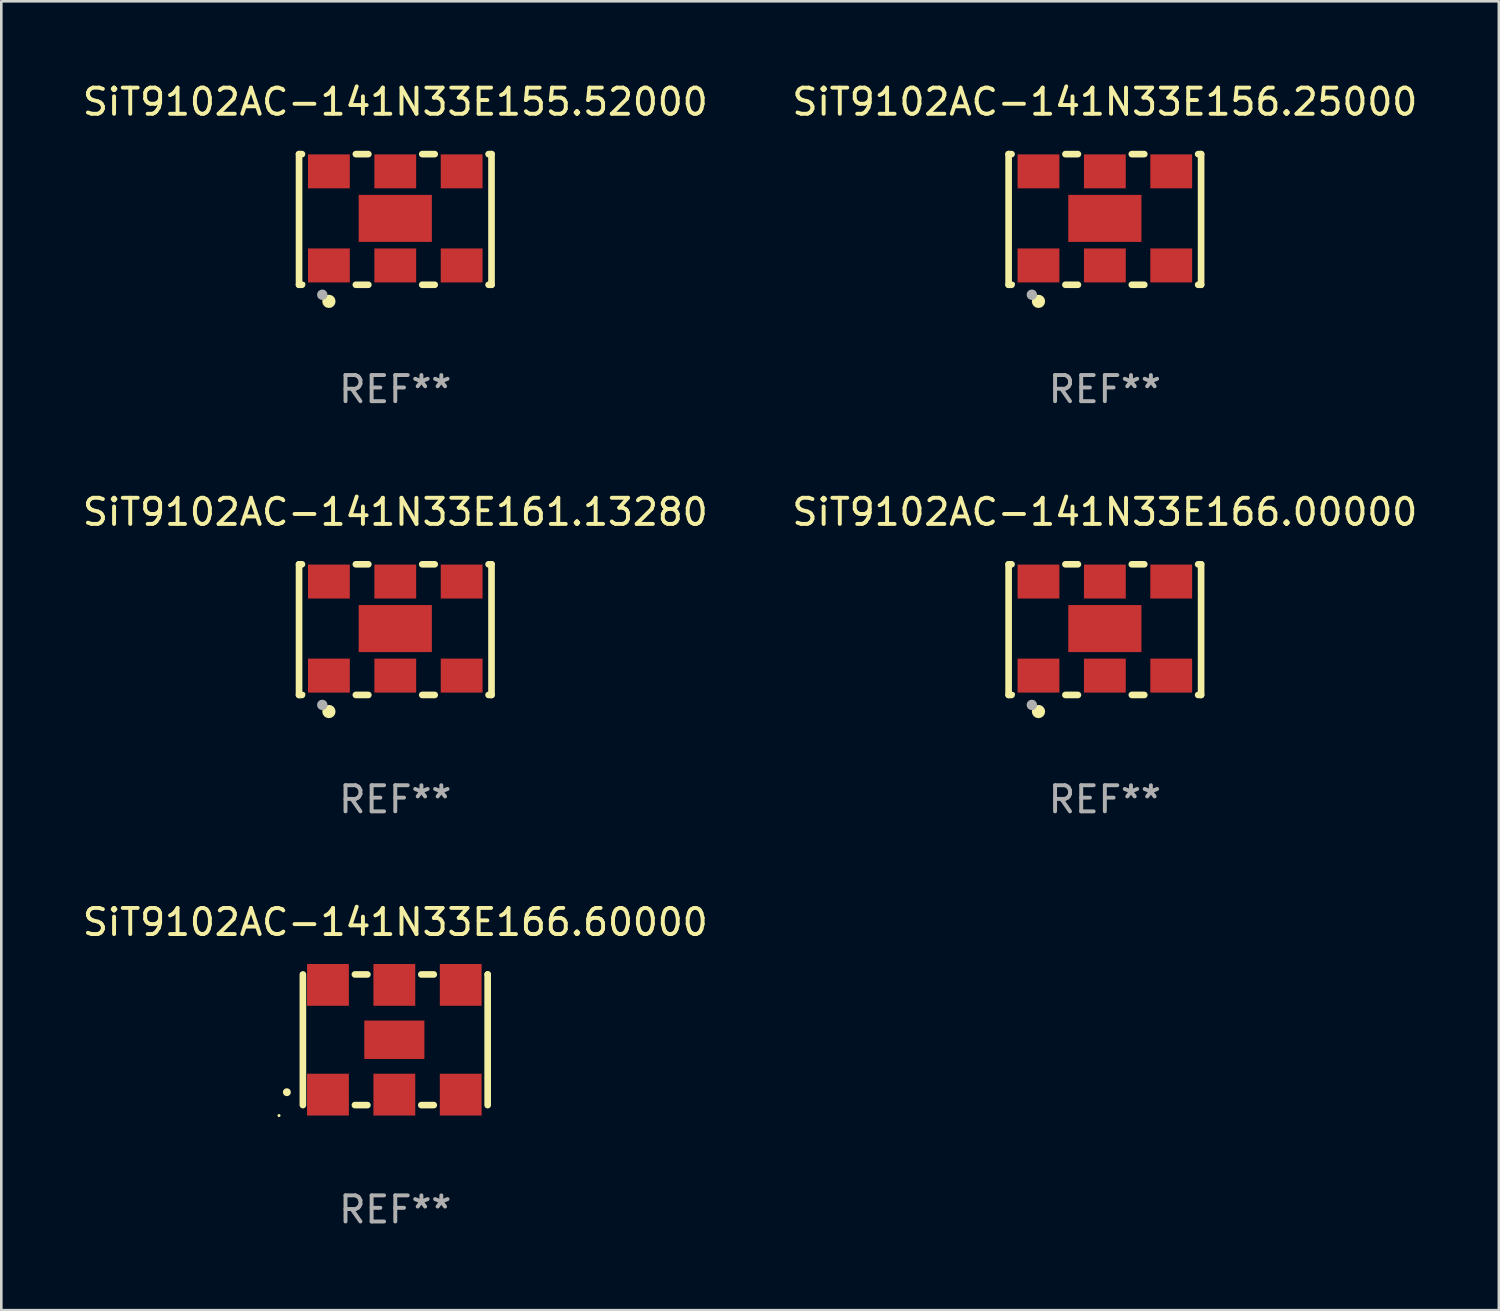
<source format=kicad_pcb>
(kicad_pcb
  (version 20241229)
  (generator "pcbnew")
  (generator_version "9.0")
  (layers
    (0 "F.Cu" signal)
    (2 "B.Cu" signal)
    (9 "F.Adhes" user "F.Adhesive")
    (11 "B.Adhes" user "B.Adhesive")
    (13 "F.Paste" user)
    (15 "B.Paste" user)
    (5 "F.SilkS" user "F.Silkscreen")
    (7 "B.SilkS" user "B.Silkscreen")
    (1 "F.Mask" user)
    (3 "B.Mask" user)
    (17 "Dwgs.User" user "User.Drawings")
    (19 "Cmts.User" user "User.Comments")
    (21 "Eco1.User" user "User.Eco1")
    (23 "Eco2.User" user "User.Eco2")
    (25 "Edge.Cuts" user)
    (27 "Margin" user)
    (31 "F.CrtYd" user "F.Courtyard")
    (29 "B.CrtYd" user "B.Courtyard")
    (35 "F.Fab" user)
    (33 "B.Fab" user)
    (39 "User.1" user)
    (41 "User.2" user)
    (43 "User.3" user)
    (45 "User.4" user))
  (footprint "SiT9102AC-141N33E155.52000"
    (layer "F.Cu")
    (at 12.077 5.348)
    (property "Reference" "SiT9102AC-141N33E155.52000" (at 0 -4.5 0) (layer "F.SilkS") (effects (font (size 1 1) (thickness 0.15))))
    (attr through_hole)
    (fp_line (start -3.683 -2.5) (end -3.571 -2.5) (stroke (width 0.254) (type solid)) (layer "F.SilkS"))
    (fp_line (start -3.683 2.5) (end -3.683 -2.5) (stroke (width 0.254) (type solid)) (layer "F.SilkS"))
    (fp_line (start -3.683 2.5) (end -3.571 2.5) (stroke (width 0.254) (type solid)) (layer "F.SilkS"))
    (fp_line (start -1.509 -2.5) (end -1.031 -2.5) (stroke (width 0.254) (type solid)) (layer "F.SilkS"))
    (fp_line (start -1.509 2.5) (end -1.031 2.5) (stroke (width 0.254) (type solid)) (layer "F.SilkS"))
    (fp_line (start 1.031 -2.5) (end 1.509 -2.5) (stroke (width 0.254) (type solid)) (layer "F.SilkS"))
    (fp_line (start 1.031 2.5) (end 1.509 2.5) (stroke (width 0.254) (type solid)) (layer "F.SilkS"))
    (fp_line (start 3.571 -2.5) (end 3.683 -2.5) (stroke (width 0.254) (type solid)) (layer "F.SilkS"))
    (fp_line (start 3.571 2.5) (end 3.683 2.5) (stroke (width 0.254) (type solid)) (layer "F.SilkS"))
    (fp_line (start 3.683 2.5) (end 3.683 -2.5) (stroke (width 0.254) (type solid)) (layer "F.SilkS"))
    (fp_circle (center -3.5 2.46) (end -3.47 2.46) (stroke (width 0.06) (type solid)) (fill no) (layer "F.SilkS"))
    (fp_circle (center -2.54 3.135) (end -2.413 3.135) (stroke (width 0.254) (type solid)) (fill no) (layer "F.SilkS"))
    (fp_circle (center -2.794 2.881) (end -2.694 2.881) (stroke (width 0.2) (type solid)) (fill no) (layer "F.Fab"))
    (fp_text user "REF**" (at 0 6.5 0) (layer "F.Fab") (effects (font (size 1 1) (thickness 0.15))))
    (pad "1" smd rect (at -2.54 1.76) (size 1.6 1.3) (layers "F.Cu" "F.Mask" "F.Paste"))
    (pad "2" smd rect (at 0 1.76) (size 1.6 1.3) (layers "F.Cu" "F.Mask" "F.Paste"))
    (pad "3" smd rect (at 2.54 1.76) (size 1.6 1.3) (layers "F.Cu" "F.Mask" "F.Paste"))
    (pad "4" smd rect (at 2.54 -1.84) (size 1.6 1.3) (layers "F.Cu" "F.Mask" "F.Paste"))
    (pad "5" smd rect (at 0 -1.84) (size 1.6 1.3) (layers "F.Cu" "F.Mask" "F.Paste"))
    (pad "6" smd rect (at -2.54 -1.84) (size 1.6 1.3) (layers "F.Cu" "F.Mask" "F.Paste"))
    (pad "7" smd rect (at 0 -0.04) (size 2.8 1.8) (layers "F.Cu" "F.Mask" "F.Paste")))
  (footprint "SiT9102AC-141N33E156.25000"
    (layer "F.Cu")
    (at 39.232 5.348)
    (property "Reference" "SiT9102AC-141N33E156.25000" (at 0 -4.5 0) (layer "F.SilkS") (effects (font (size 1 1) (thickness 0.15))))
    (attr through_hole)
    (fp_line (start -3.683 -2.5) (end -3.571 -2.5) (stroke (width 0.254) (type solid)) (layer "F.SilkS"))
    (fp_line (start -3.683 2.5) (end -3.683 -2.5) (stroke (width 0.254) (type solid)) (layer "F.SilkS"))
    (fp_line (start -3.683 2.5) (end -3.571 2.5) (stroke (width 0.254) (type solid)) (layer "F.SilkS"))
    (fp_line (start -1.509 -2.5) (end -1.031 -2.5) (stroke (width 0.254) (type solid)) (layer "F.SilkS"))
    (fp_line (start -1.509 2.5) (end -1.031 2.5) (stroke (width 0.254) (type solid)) (layer "F.SilkS"))
    (fp_line (start 1.031 -2.5) (end 1.509 -2.5) (stroke (width 0.254) (type solid)) (layer "F.SilkS"))
    (fp_line (start 1.031 2.5) (end 1.509 2.5) (stroke (width 0.254) (type solid)) (layer "F.SilkS"))
    (fp_line (start 3.571 -2.5) (end 3.683 -2.5) (stroke (width 0.254) (type solid)) (layer "F.SilkS"))
    (fp_line (start 3.571 2.5) (end 3.683 2.5) (stroke (width 0.254) (type solid)) (layer "F.SilkS"))
    (fp_line (start 3.683 2.5) (end 3.683 -2.5) (stroke (width 0.254) (type solid)) (layer "F.SilkS"))
    (fp_circle (center -3.5 2.46) (end -3.47 2.46) (stroke (width 0.06) (type solid)) (fill no) (layer "F.SilkS"))
    (fp_circle (center -2.54 3.135) (end -2.413 3.135) (stroke (width 0.254) (type solid)) (fill no) (layer "F.SilkS"))
    (fp_circle (center -2.794 2.881) (end -2.694 2.881) (stroke (width 0.2) (type solid)) (fill no) (layer "F.Fab"))
    (fp_text user "REF**" (at 0 6.5 0) (layer "F.Fab") (effects (font (size 1 1) (thickness 0.15))))
    (pad "1" smd rect (at -2.54 1.76) (size 1.6 1.3) (layers "F.Cu" "F.Mask" "F.Paste"))
    (pad "2" smd rect (at 0 1.76) (size 1.6 1.3) (layers "F.Cu" "F.Mask" "F.Paste"))
    (pad "3" smd rect (at 2.54 1.76) (size 1.6 1.3) (layers "F.Cu" "F.Mask" "F.Paste"))
    (pad "4" smd rect (at 2.54 -1.84) (size 1.6 1.3) (layers "F.Cu" "F.Mask" "F.Paste"))
    (pad "5" smd rect (at 0 -1.84) (size 1.6 1.3) (layers "F.Cu" "F.Mask" "F.Paste"))
    (pad "6" smd rect (at -2.54 -1.84) (size 1.6 1.3) (layers "F.Cu" "F.Mask" "F.Paste"))
    (pad "7" smd rect (at 0 -0.04) (size 2.8 1.8) (layers "F.Cu" "F.Mask" "F.Paste")))
  (footprint "SiT9102AC-141N33E166.00000"
    (layer "F.Cu")
    (at 39.232 21.045)
    (property "Reference" "SiT9102AC-141N33E166.00000" (at 0 -4.5 0) (layer "F.SilkS") (effects (font (size 1 1) (thickness 0.15))))
    (attr through_hole)
    (fp_line (start -3.683 -2.5) (end -3.571 -2.5) (stroke (width 0.254) (type solid)) (layer "F.SilkS"))
    (fp_line (start -3.683 2.5) (end -3.683 -2.5) (stroke (width 0.254) (type solid)) (layer "F.SilkS"))
    (fp_line (start -3.683 2.5) (end -3.571 2.5) (stroke (width 0.254) (type solid)) (layer "F.SilkS"))
    (fp_line (start -1.509 -2.5) (end -1.031 -2.5) (stroke (width 0.254) (type solid)) (layer "F.SilkS"))
    (fp_line (start -1.509 2.5) (end -1.031 2.5) (stroke (width 0.254) (type solid)) (layer "F.SilkS"))
    (fp_line (start 1.031 -2.5) (end 1.509 -2.5) (stroke (width 0.254) (type solid)) (layer "F.SilkS"))
    (fp_line (start 1.031 2.5) (end 1.509 2.5) (stroke (width 0.254) (type solid)) (layer "F.SilkS"))
    (fp_line (start 3.571 -2.5) (end 3.683 -2.5) (stroke (width 0.254) (type solid)) (layer "F.SilkS"))
    (fp_line (start 3.571 2.5) (end 3.683 2.5) (stroke (width 0.254) (type solid)) (layer "F.SilkS"))
    (fp_line (start 3.683 2.5) (end 3.683 -2.5) (stroke (width 0.254) (type solid)) (layer "F.SilkS"))
    (fp_circle (center -3.5 2.46) (end -3.47 2.46) (stroke (width 0.06) (type solid)) (fill no) (layer "F.SilkS"))
    (fp_circle (center -2.54 3.135) (end -2.413 3.135) (stroke (width 0.254) (type solid)) (fill no) (layer "F.SilkS"))
    (fp_circle (center -2.794 2.881) (end -2.694 2.881) (stroke (width 0.2) (type solid)) (fill no) (layer "F.Fab"))
    (fp_text user "REF**" (at 0 6.5 0) (layer "F.Fab") (effects (font (size 1 1) (thickness 0.15))))
    (pad "1" smd rect (at -2.54 1.76) (size 1.6 1.3) (layers "F.Cu" "F.Mask" "F.Paste"))
    (pad "2" smd rect (at 0 1.76) (size 1.6 1.3) (layers "F.Cu" "F.Mask" "F.Paste"))
    (pad "3" smd rect (at 2.54 1.76) (size 1.6 1.3) (layers "F.Cu" "F.Mask" "F.Paste"))
    (pad "4" smd rect (at 2.54 -1.84) (size 1.6 1.3) (layers "F.Cu" "F.Mask" "F.Paste"))
    (pad "5" smd rect (at 0 -1.84) (size 1.6 1.3) (layers "F.Cu" "F.Mask" "F.Paste"))
    (pad "6" smd rect (at -2.54 -1.84) (size 1.6 1.3) (layers "F.Cu" "F.Mask" "F.Paste"))
    (pad "7" smd rect (at 0 -0.04) (size 2.8 1.8) (layers "F.Cu" "F.Mask" "F.Paste")))
  (footprint "SiT9102AC-141N33E161.13280"
    (layer "F.Cu")
    (at 12.077 21.045)
    (property "Reference" "SiT9102AC-141N33E161.13280" (at 0 -4.5 0) (layer "F.SilkS") (effects (font (size 1 1) (thickness 0.15))))
    (attr through_hole)
    (fp_line (start -3.683 -2.5) (end -3.571 -2.5) (stroke (width 0.254) (type solid)) (layer "F.SilkS"))
    (fp_line (start -3.683 2.5) (end -3.683 -2.5) (stroke (width 0.254) (type solid)) (layer "F.SilkS"))
    (fp_line (start -3.683 2.5) (end -3.571 2.5) (stroke (width 0.254) (type solid)) (layer "F.SilkS"))
    (fp_line (start -1.509 -2.5) (end -1.031 -2.5) (stroke (width 0.254) (type solid)) (layer "F.SilkS"))
    (fp_line (start -1.509 2.5) (end -1.031 2.5) (stroke (width 0.254) (type solid)) (layer "F.SilkS"))
    (fp_line (start 1.031 -2.5) (end 1.509 -2.5) (stroke (width 0.254) (type solid)) (layer "F.SilkS"))
    (fp_line (start 1.031 2.5) (end 1.509 2.5) (stroke (width 0.254) (type solid)) (layer "F.SilkS"))
    (fp_line (start 3.571 -2.5) (end 3.683 -2.5) (stroke (width 0.254) (type solid)) (layer "F.SilkS"))
    (fp_line (start 3.571 2.5) (end 3.683 2.5) (stroke (width 0.254) (type solid)) (layer "F.SilkS"))
    (fp_line (start 3.683 2.5) (end 3.683 -2.5) (stroke (width 0.254) (type solid)) (layer "F.SilkS"))
    (fp_circle (center -3.5 2.46) (end -3.47 2.46) (stroke (width 0.06) (type solid)) (fill no) (layer "F.SilkS"))
    (fp_circle (center -2.54 3.135) (end -2.413 3.135) (stroke (width 0.254) (type solid)) (fill no) (layer "F.SilkS"))
    (fp_circle (center -2.794 2.881) (end -2.694 2.881) (stroke (width 0.2) (type solid)) (fill no) (layer "F.Fab"))
    (fp_text user "REF**" (at 0 6.5 0) (layer "F.Fab") (effects (font (size 1 1) (thickness 0.15))))
    (pad "1" smd rect (at -2.54 1.76) (size 1.6 1.3) (layers "F.Cu" "F.Mask" "F.Paste"))
    (pad "2" smd rect (at 0 1.76) (size 1.6 1.3) (layers "F.Cu" "F.Mask" "F.Paste"))
    (pad "3" smd rect (at 2.54 1.76) (size 1.6 1.3) (layers "F.Cu" "F.Mask" "F.Paste"))
    (pad "4" smd rect (at 2.54 -1.84) (size 1.6 1.3) (layers "F.Cu" "F.Mask" "F.Paste"))
    (pad "5" smd rect (at 0 -1.84) (size 1.6 1.3) (layers "F.Cu" "F.Mask" "F.Paste"))
    (pad "6" smd rect (at -2.54 -1.84) (size 1.6 1.3) (layers "F.Cu" "F.Mask" "F.Paste"))
    (pad "7" smd rect (at 0 -0.04) (size 2.8 1.8) (layers "F.Cu" "F.Mask" "F.Paste")))
  (footprint "SiT9102AC-141N33E166.60000"
    (layer "F.Cu")
    (at 12.077 36.741)
    (property "Reference" "SiT9102AC-141N33E166.60000" (at 0 -4.5 0) (layer "F.SilkS") (effects (font (size 1 1) (thickness 0.15))))
    (attr through_hole)
    (fp_line (start -3.536 -2.5) (end -3.536 2.5) (stroke (width 0.254) (type solid)) (layer "F.SilkS"))
    (fp_line (start -1.544 2.5) (end -1.067 2.5) (stroke (width 0.254) (type solid)) (layer "F.SilkS"))
    (fp_line (start -1.067 -2.5) (end -1.544 -2.5) (stroke (width 0.254) (type solid)) (layer "F.SilkS"))
    (fp_line (start 0.996 2.5) (end 1.473 2.5) (stroke (width 0.254) (type solid)) (layer "F.SilkS"))
    (fp_line (start 1.473 -2.5) (end 0.996 -2.5) (stroke (width 0.254) (type solid)) (layer "F.SilkS"))
    (fp_line (start 3.536 -2.5) (end 3.536 -2.5) (stroke (width 0.254) (type solid)) (layer "F.SilkS"))
    (fp_line (start 3.536 2.5) (end 3.536 -2.5) (stroke (width 0.254) (type solid)) (layer "F.SilkS"))
    (fp_arc (start -4.150432 2.006604) (mid -4.149162 2.006599) (end -4.147892 2.006604) (stroke (width 0.3) (type solid)) (layer "F.SilkS"))
    (fp_circle (center -4.449 2.9) (end -4.419 2.9) (stroke (width 0.06) (type solid)) (fill no) (layer "F.SilkS"))
    (fp_text user "REF**" (at 0 6.5 0) (layer "F.Fab") (effects (font (size 1 1) (thickness 0.15))))
    (pad "1" smd rect (at -2.576 2.1) (size 1.6 1.6) (layers "F.Cu" "F.Mask" "F.Paste"))
    (pad "2" smd rect (at -0.036 2.1) (size 1.6 1.6) (layers "F.Cu" "F.Mask" "F.Paste"))
    (pad "3" smd rect (at 2.504 2.1) (size 1.6 1.6) (layers "F.Cu" "F.Mask" "F.Paste"))
    (pad "4" smd rect (at 2.504 -2.1) (size 1.6 1.6) (layers "F.Cu" "F.Mask" "F.Paste"))
    (pad "5" smd rect (at -0.036 -2.1) (size 1.6 1.6) (layers "F.Cu" "F.Mask" "F.Paste"))
    (pad "6" smd rect (at -2.576 -2.1) (size 1.6 1.6) (layers "F.Cu" "F.Mask" "F.Paste"))
    (pad "7" smd rect (at -0.036 0) (size 2.3 1.47) (layers "F.Cu" "F.Mask" "F.Paste")))
  (gr_rect
    (start -3 -3)
    (end 54.31 47.09)
    (stroke (width 0.1) (type default))
    (fill no)
    (layer "Edge.Cuts")))
</source>
